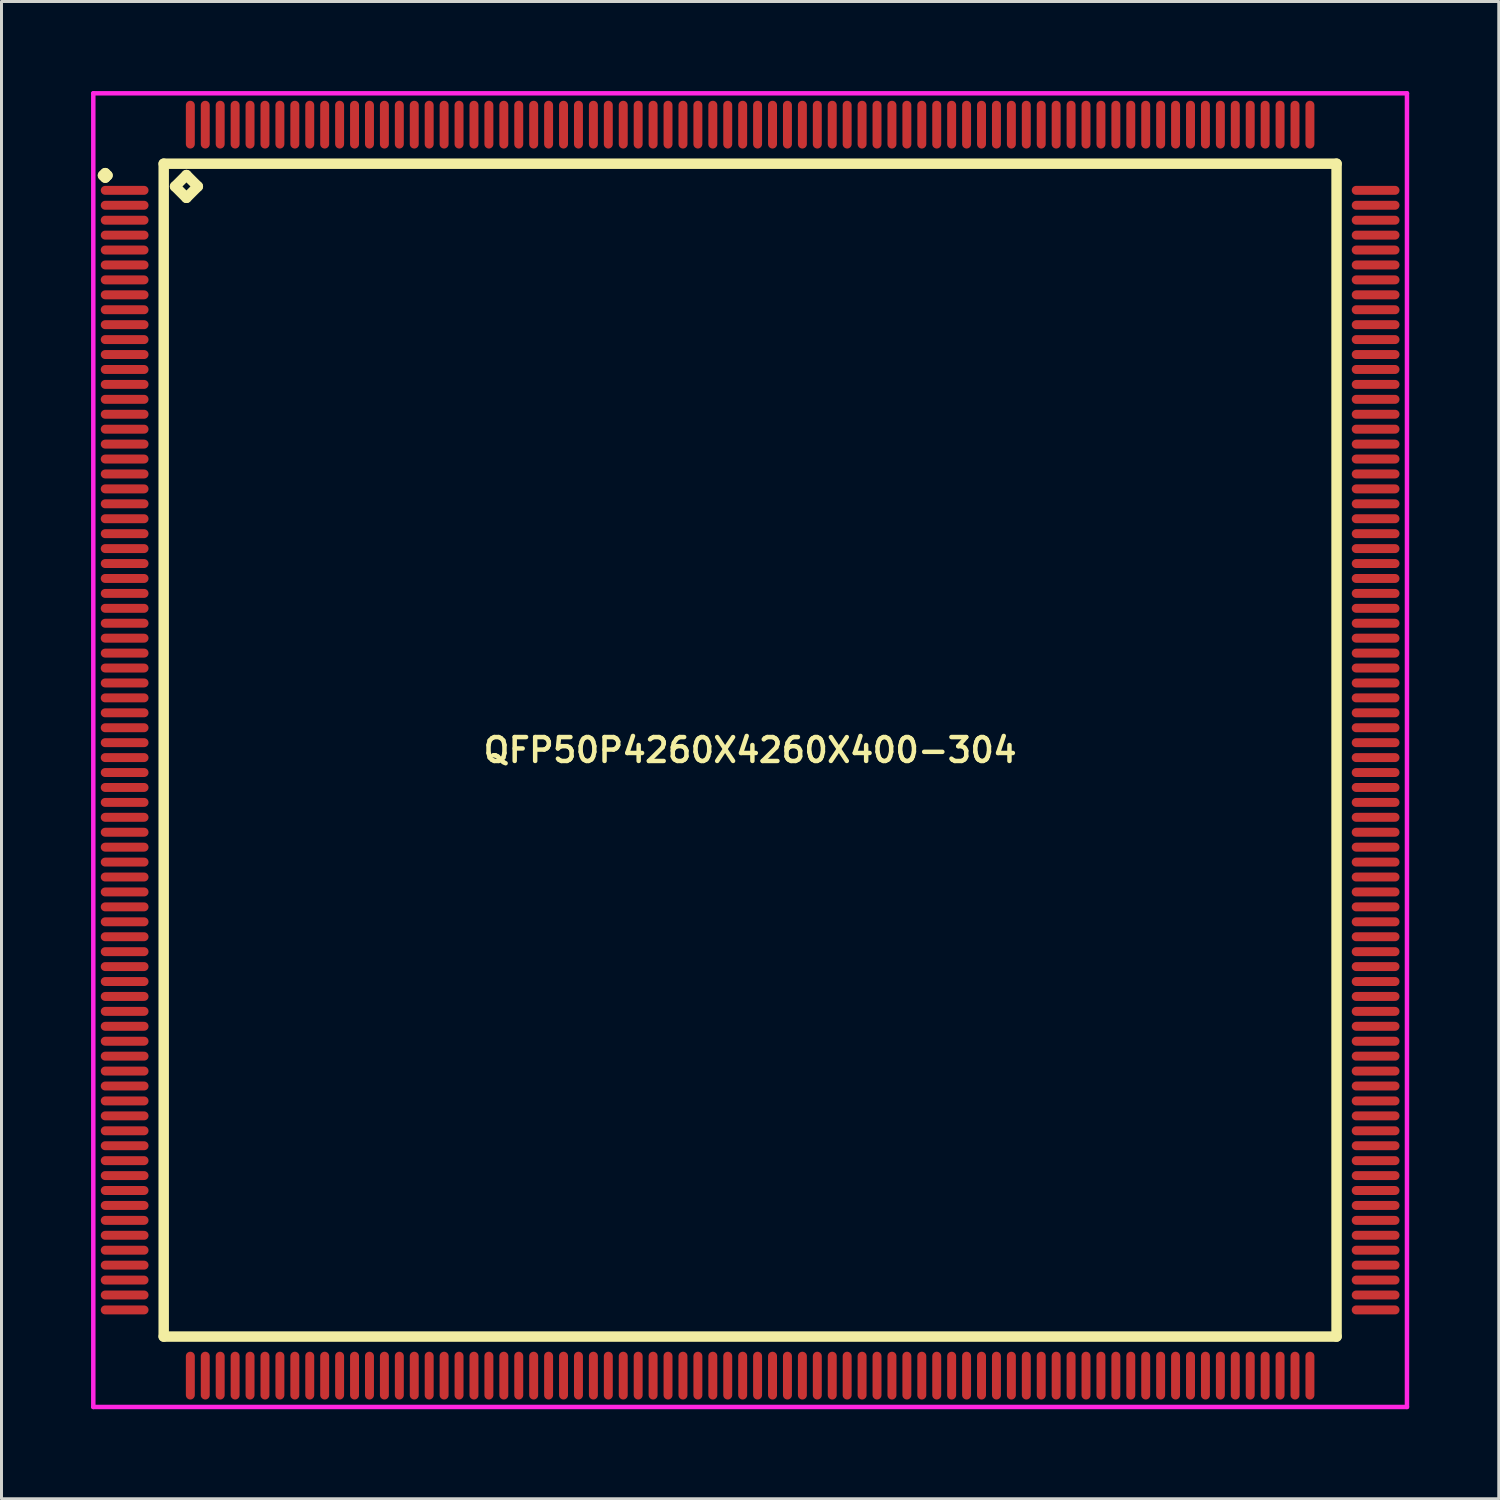
<source format=kicad_pcb>
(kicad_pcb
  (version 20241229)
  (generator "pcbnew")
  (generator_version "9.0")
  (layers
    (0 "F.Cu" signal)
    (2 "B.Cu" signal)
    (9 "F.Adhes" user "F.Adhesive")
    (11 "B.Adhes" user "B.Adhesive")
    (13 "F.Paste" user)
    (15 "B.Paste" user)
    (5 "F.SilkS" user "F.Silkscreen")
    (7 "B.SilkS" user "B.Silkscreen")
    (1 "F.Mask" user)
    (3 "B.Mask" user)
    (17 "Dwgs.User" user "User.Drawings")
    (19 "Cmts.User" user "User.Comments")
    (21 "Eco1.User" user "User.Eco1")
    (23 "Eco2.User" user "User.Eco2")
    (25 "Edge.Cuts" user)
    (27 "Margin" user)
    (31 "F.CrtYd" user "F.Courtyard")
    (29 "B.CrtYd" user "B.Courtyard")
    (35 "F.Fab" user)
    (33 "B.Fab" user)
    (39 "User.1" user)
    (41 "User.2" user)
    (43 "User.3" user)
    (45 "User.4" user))
  (footprint "QFP50P4260X4260X400-304"
    (layer "F.Cu")
    (at 22.075 22.075)
    (property "Reference" "QFP50P4260X4260X400-304" (at 0 0 0) (layer "F.SilkS") (effects (font (size 0.8 0.8) (thickness 0.15))))
    (attr smd)
    (fp_line (start -21.675 -19.25) (end -21.6 -19.325) (stroke (width 0.35) (type solid)) (layer "F.SilkS"))
    (fp_line (start -21.6 -19.325) (end -21.525 -19.25) (stroke (width 0.35) (type solid)) (layer "F.SilkS"))
    (fp_line (start -21.6 -19.175) (end -21.675 -19.25) (stroke (width 0.35) (type solid)) (layer "F.SilkS"))
    (fp_line (start -21.525 -19.25) (end -21.6 -19.175) (stroke (width 0.35) (type solid)) (layer "F.SilkS"))
    (fp_line (start -19.642 -19.642) (end -19.642 19.642) (stroke (width 0.35) (type solid)) (layer "F.SilkS"))
    (fp_line (start -19.642 19.642) (end 19.642 19.642) (stroke (width 0.35) (type solid)) (layer "F.SilkS"))
    (fp_line (start -19.261 -18.88) (end -18.88 -19.261) (stroke (width 0.35) (type solid)) (layer "F.SilkS"))
    (fp_line (start -18.88 -19.261) (end -18.499 -18.88) (stroke (width 0.35) (type solid)) (layer "F.SilkS"))
    (fp_line (start -18.88 -18.499) (end -19.261 -18.88) (stroke (width 0.35) (type solid)) (layer "F.SilkS"))
    (fp_line (start -18.499 -18.88) (end -18.88 -18.499) (stroke (width 0.35) (type solid)) (layer "F.SilkS"))
    (fp_line (start 19.642 -19.642) (end -19.642 -19.642) (stroke (width 0.35) (type solid)) (layer "F.SilkS"))
    (fp_line (start 19.642 19.642) (end 19.642 -19.642) (stroke (width 0.35) (type solid)) (layer "F.SilkS"))
    (fp_line (start -22 -22) (end 22 -22) (stroke (width 0.15) (type solid)) (layer "F.CrtYd"))
    (fp_line (start -22 22) (end -22 -22) (stroke (width 0.15) (type solid)) (layer "F.CrtYd"))
    (fp_line (start 22 -22) (end 22 22) (stroke (width 0.15) (type solid)) (layer "F.CrtYd"))
    (fp_line (start 22 22) (end -22 22) (stroke (width 0.15) (type solid)) (layer "F.CrtYd"))
    (pad "1" smd oval (at -20.95 -18.75) (size 1.6 0.3) (layers "F.Cu" "F.Mask" "F.Paste"))
    (pad "2" smd oval (at -20.95 -18.25) (size 1.6 0.3) (layers "F.Cu" "F.Mask" "F.Paste"))
    (pad "3" smd oval (at -20.95 -17.75) (size 1.6 0.3) (layers "F.Cu" "F.Mask" "F.Paste"))
    (pad "4" smd oval (at -20.95 -17.25) (size 1.6 0.3) (layers "F.Cu" "F.Mask" "F.Paste"))
    (pad "5" smd oval (at -20.95 -16.75) (size 1.6 0.3) (layers "F.Cu" "F.Mask" "F.Paste"))
    (pad "6" smd oval (at -20.95 -16.25) (size 1.6 0.3) (layers "F.Cu" "F.Mask" "F.Paste"))
    (pad "7" smd oval (at -20.95 -15.75) (size 1.6 0.3) (layers "F.Cu" "F.Mask" "F.Paste"))
    (pad "8" smd oval (at -20.95 -15.25) (size 1.6 0.3) (layers "F.Cu" "F.Mask" "F.Paste"))
    (pad "9" smd oval (at -20.95 -14.75) (size 1.6 0.3) (layers "F.Cu" "F.Mask" "F.Paste"))
    (pad "10" smd oval (at -20.95 -14.25) (size 1.6 0.3) (layers "F.Cu" "F.Mask" "F.Paste"))
    (pad "11" smd oval (at -20.95 -13.75) (size 1.6 0.3) (layers "F.Cu" "F.Mask" "F.Paste"))
    (pad "12" smd oval (at -20.95 -13.25) (size 1.6 0.3) (layers "F.Cu" "F.Mask" "F.Paste"))
    (pad "13" smd oval (at -20.95 -12.75) (size 1.6 0.3) (layers "F.Cu" "F.Mask" "F.Paste"))
    (pad "14" smd oval (at -20.95 -12.25) (size 1.6 0.3) (layers "F.Cu" "F.Mask" "F.Paste"))
    (pad "15" smd oval (at -20.95 -11.75) (size 1.6 0.3) (layers "F.Cu" "F.Mask" "F.Paste"))
    (pad "16" smd oval (at -20.95 -11.25) (size 1.6 0.3) (layers "F.Cu" "F.Mask" "F.Paste"))
    (pad "17" smd oval (at -20.95 -10.75) (size 1.6 0.3) (layers "F.Cu" "F.Mask" "F.Paste"))
    (pad "18" smd oval (at -20.95 -10.25) (size 1.6 0.3) (layers "F.Cu" "F.Mask" "F.Paste"))
    (pad "19" smd oval (at -20.95 -9.75) (size 1.6 0.3) (layers "F.Cu" "F.Mask" "F.Paste"))
    (pad "20" smd oval (at -20.95 -9.25) (size 1.6 0.3) (layers "F.Cu" "F.Mask" "F.Paste"))
    (pad "21" smd oval (at -20.95 -8.75) (size 1.6 0.3) (layers "F.Cu" "F.Mask" "F.Paste"))
    (pad "22" smd oval (at -20.95 -8.25) (size 1.6 0.3) (layers "F.Cu" "F.Mask" "F.Paste"))
    (pad "23" smd oval (at -20.95 -7.75) (size 1.6 0.3) (layers "F.Cu" "F.Mask" "F.Paste"))
    (pad "24" smd oval (at -20.95 -7.25) (size 1.6 0.3) (layers "F.Cu" "F.Mask" "F.Paste"))
    (pad "25" smd oval (at -20.95 -6.75) (size 1.6 0.3) (layers "F.Cu" "F.Mask" "F.Paste"))
    (pad "26" smd oval (at -20.95 -6.25) (size 1.6 0.3) (layers "F.Cu" "F.Mask" "F.Paste"))
    (pad "27" smd oval (at -20.95 -5.75) (size 1.6 0.3) (layers "F.Cu" "F.Mask" "F.Paste"))
    (pad "28" smd oval (at -20.95 -5.25) (size 1.6 0.3) (layers "F.Cu" "F.Mask" "F.Paste"))
    (pad "29" smd oval (at -20.95 -4.75) (size 1.6 0.3) (layers "F.Cu" "F.Mask" "F.Paste"))
    (pad "30" smd oval (at -20.95 -4.25) (size 1.6 0.3) (layers "F.Cu" "F.Mask" "F.Paste"))
    (pad "31" smd oval (at -20.95 -3.75) (size 1.6 0.3) (layers "F.Cu" "F.Mask" "F.Paste"))
    (pad "32" smd oval (at -20.95 -3.25) (size 1.6 0.3) (layers "F.Cu" "F.Mask" "F.Paste"))
    (pad "33" smd oval (at -20.95 -2.75) (size 1.6 0.3) (layers "F.Cu" "F.Mask" "F.Paste"))
    (pad "34" smd oval (at -20.95 -2.25) (size 1.6 0.3) (layers "F.Cu" "F.Mask" "F.Paste"))
    (pad "35" smd oval (at -20.95 -1.75) (size 1.6 0.3) (layers "F.Cu" "F.Mask" "F.Paste"))
    (pad "36" smd oval (at -20.95 -1.25) (size 1.6 0.3) (layers "F.Cu" "F.Mask" "F.Paste"))
    (pad "37" smd oval (at -20.95 -0.75) (size 1.6 0.3) (layers "F.Cu" "F.Mask" "F.Paste"))
    (pad "38" smd oval (at -20.95 -0.25) (size 1.6 0.3) (layers "F.Cu" "F.Mask" "F.Paste"))
    (pad "39" smd oval (at -20.95 0.25) (size 1.6 0.3) (layers "F.Cu" "F.Mask" "F.Paste"))
    (pad "40" smd oval (at -20.95 0.75) (size 1.6 0.3) (layers "F.Cu" "F.Mask" "F.Paste"))
    (pad "41" smd oval (at -20.95 1.25) (size 1.6 0.3) (layers "F.Cu" "F.Mask" "F.Paste"))
    (pad "42" smd oval (at -20.95 1.75) (size 1.6 0.3) (layers "F.Cu" "F.Mask" "F.Paste"))
    (pad "43" smd oval (at -20.95 2.25) (size 1.6 0.3) (layers "F.Cu" "F.Mask" "F.Paste"))
    (pad "44" smd oval (at -20.95 2.75) (size 1.6 0.3) (layers "F.Cu" "F.Mask" "F.Paste"))
    (pad "45" smd oval (at -20.95 3.25) (size 1.6 0.3) (layers "F.Cu" "F.Mask" "F.Paste"))
    (pad "46" smd oval (at -20.95 3.75) (size 1.6 0.3) (layers "F.Cu" "F.Mask" "F.Paste"))
    (pad "47" smd oval (at -20.95 4.25) (size 1.6 0.3) (layers "F.Cu" "F.Mask" "F.Paste"))
    (pad "48" smd oval (at -20.95 4.75) (size 1.6 0.3) (layers "F.Cu" "F.Mask" "F.Paste"))
    (pad "49" smd oval (at -20.95 5.25) (size 1.6 0.3) (layers "F.Cu" "F.Mask" "F.Paste"))
    (pad "50" smd oval (at -20.95 5.75) (size 1.6 0.3) (layers "F.Cu" "F.Mask" "F.Paste"))
    (pad "51" smd oval (at -20.95 6.25) (size 1.6 0.3) (layers "F.Cu" "F.Mask" "F.Paste"))
    (pad "52" smd oval (at -20.95 6.75) (size 1.6 0.3) (layers "F.Cu" "F.Mask" "F.Paste"))
    (pad "53" smd oval (at -20.95 7.25) (size 1.6 0.3) (layers "F.Cu" "F.Mask" "F.Paste"))
    (pad "54" smd oval (at -20.95 7.75) (size 1.6 0.3) (layers "F.Cu" "F.Mask" "F.Paste"))
    (pad "55" smd oval (at -20.95 8.25) (size 1.6 0.3) (layers "F.Cu" "F.Mask" "F.Paste"))
    (pad "56" smd oval (at -20.95 8.75) (size 1.6 0.3) (layers "F.Cu" "F.Mask" "F.Paste"))
    (pad "57" smd oval (at -20.95 9.25) (size 1.6 0.3) (layers "F.Cu" "F.Mask" "F.Paste"))
    (pad "58" smd oval (at -20.95 9.75) (size 1.6 0.3) (layers "F.Cu" "F.Mask" "F.Paste"))
    (pad "59" smd oval (at -20.95 10.25) (size 1.6 0.3) (layers "F.Cu" "F.Mask" "F.Paste"))
    (pad "60" smd oval (at -20.95 10.75) (size 1.6 0.3) (layers "F.Cu" "F.Mask" "F.Paste"))
    (pad "61" smd oval (at -20.95 11.25) (size 1.6 0.3) (layers "F.Cu" "F.Mask" "F.Paste"))
    (pad "62" smd oval (at -20.95 11.75) (size 1.6 0.3) (layers "F.Cu" "F.Mask" "F.Paste"))
    (pad "63" smd oval (at -20.95 12.25) (size 1.6 0.3) (layers "F.Cu" "F.Mask" "F.Paste"))
    (pad "64" smd oval (at -20.95 12.75) (size 1.6 0.3) (layers "F.Cu" "F.Mask" "F.Paste"))
    (pad "65" smd oval (at -20.95 13.25) (size 1.6 0.3) (layers "F.Cu" "F.Mask" "F.Paste"))
    (pad "66" smd oval (at -20.95 13.75) (size 1.6 0.3) (layers "F.Cu" "F.Mask" "F.Paste"))
    (pad "67" smd oval (at -20.95 14.25) (size 1.6 0.3) (layers "F.Cu" "F.Mask" "F.Paste"))
    (pad "68" smd oval (at -20.95 14.75) (size 1.6 0.3) (layers "F.Cu" "F.Mask" "F.Paste"))
    (pad "69" smd oval (at -20.95 15.25) (size 1.6 0.3) (layers "F.Cu" "F.Mask" "F.Paste"))
    (pad "70" smd oval (at -20.95 15.75) (size 1.6 0.3) (layers "F.Cu" "F.Mask" "F.Paste"))
    (pad "71" smd oval (at -20.95 16.25) (size 1.6 0.3) (layers "F.Cu" "F.Mask" "F.Paste"))
    (pad "72" smd oval (at -20.95 16.75) (size 1.6 0.3) (layers "F.Cu" "F.Mask" "F.Paste"))
    (pad "73" smd oval (at -20.95 17.25) (size 1.6 0.3) (layers "F.Cu" "F.Mask" "F.Paste"))
    (pad "74" smd oval (at -20.95 17.75) (size 1.6 0.3) (layers "F.Cu" "F.Mask" "F.Paste"))
    (pad "75" smd oval (at -20.95 18.25) (size 1.6 0.3) (layers "F.Cu" "F.Mask" "F.Paste"))
    (pad "76" smd oval (at -20.95 18.75) (size 1.6 0.3) (layers "F.Cu" "F.Mask" "F.Paste"))
    (pad "77" smd oval (at -18.75 20.95) (size 0.3 1.6) (layers "F.Cu" "F.Mask" "F.Paste"))
    (pad "78" smd oval (at -18.25 20.95) (size 0.3 1.6) (layers "F.Cu" "F.Mask" "F.Paste"))
    (pad "79" smd oval (at -17.75 20.95) (size 0.3 1.6) (layers "F.Cu" "F.Mask" "F.Paste"))
    (pad "80" smd oval (at -17.25 20.95) (size 0.3 1.6) (layers "F.Cu" "F.Mask" "F.Paste"))
    (pad "81" smd oval (at -16.75 20.95) (size 0.3 1.6) (layers "F.Cu" "F.Mask" "F.Paste"))
    (pad "82" smd oval (at -16.25 20.95) (size 0.3 1.6) (layers "F.Cu" "F.Mask" "F.Paste"))
    (pad "83" smd oval (at -15.75 20.95) (size 0.3 1.6) (layers "F.Cu" "F.Mask" "F.Paste"))
    (pad "84" smd oval (at -15.25 20.95) (size 0.3 1.6) (layers "F.Cu" "F.Mask" "F.Paste"))
    (pad "85" smd oval (at -14.75 20.95) (size 0.3 1.6) (layers "F.Cu" "F.Mask" "F.Paste"))
    (pad "86" smd oval (at -14.25 20.95) (size 0.3 1.6) (layers "F.Cu" "F.Mask" "F.Paste"))
    (pad "87" smd oval (at -13.75 20.95) (size 0.3 1.6) (layers "F.Cu" "F.Mask" "F.Paste"))
    (pad "88" smd oval (at -13.25 20.95) (size 0.3 1.6) (layers "F.Cu" "F.Mask" "F.Paste"))
    (pad "89" smd oval (at -12.75 20.95) (size 0.3 1.6) (layers "F.Cu" "F.Mask" "F.Paste"))
    (pad "90" smd oval (at -12.25 20.95) (size 0.3 1.6) (layers "F.Cu" "F.Mask" "F.Paste"))
    (pad "91" smd oval (at -11.75 20.95) (size 0.3 1.6) (layers "F.Cu" "F.Mask" "F.Paste"))
    (pad "92" smd oval (at -11.25 20.95) (size 0.3 1.6) (layers "F.Cu" "F.Mask" "F.Paste"))
    (pad "93" smd oval (at -10.75 20.95) (size 0.3 1.6) (layers "F.Cu" "F.Mask" "F.Paste"))
    (pad "94" smd oval (at -10.25 20.95) (size 0.3 1.6) (layers "F.Cu" "F.Mask" "F.Paste"))
    (pad "95" smd oval (at -9.75 20.95) (size 0.3 1.6) (layers "F.Cu" "F.Mask" "F.Paste"))
    (pad "96" smd oval (at -9.25 20.95) (size 0.3 1.6) (layers "F.Cu" "F.Mask" "F.Paste"))
    (pad "97" smd oval (at -8.75 20.95) (size 0.3 1.6) (layers "F.Cu" "F.Mask" "F.Paste"))
    (pad "98" smd oval (at -8.25 20.95) (size 0.3 1.6) (layers "F.Cu" "F.Mask" "F.Paste"))
    (pad "99" smd oval (at -7.75 20.95) (size 0.3 1.6) (layers "F.Cu" "F.Mask" "F.Paste"))
    (pad "100" smd oval (at -7.25 20.95) (size 0.3 1.6) (layers "F.Cu" "F.Mask" "F.Paste"))
    (pad "101" smd oval (at -6.75 20.95) (size 0.3 1.6) (layers "F.Cu" "F.Mask" "F.Paste"))
    (pad "102" smd oval (at -6.25 20.95) (size 0.3 1.6) (layers "F.Cu" "F.Mask" "F.Paste"))
    (pad "103" smd oval (at -5.75 20.95) (size 0.3 1.6) (layers "F.Cu" "F.Mask" "F.Paste"))
    (pad "104" smd oval (at -5.25 20.95) (size 0.3 1.6) (layers "F.Cu" "F.Mask" "F.Paste"))
    (pad "105" smd oval (at -4.75 20.95) (size 0.3 1.6) (layers "F.Cu" "F.Mask" "F.Paste"))
    (pad "106" smd oval (at -4.25 20.95) (size 0.3 1.6) (layers "F.Cu" "F.Mask" "F.Paste"))
    (pad "107" smd oval (at -3.75 20.95) (size 0.3 1.6) (layers "F.Cu" "F.Mask" "F.Paste"))
    (pad "108" smd oval (at -3.25 20.95) (size 0.3 1.6) (layers "F.Cu" "F.Mask" "F.Paste"))
    (pad "109" smd oval (at -2.75 20.95) (size 0.3 1.6) (layers "F.Cu" "F.Mask" "F.Paste"))
    (pad "110" smd oval (at -2.25 20.95) (size 0.3 1.6) (layers "F.Cu" "F.Mask" "F.Paste"))
    (pad "111" smd oval (at -1.75 20.95) (size 0.3 1.6) (layers "F.Cu" "F.Mask" "F.Paste"))
    (pad "112" smd oval (at -1.25 20.95) (size 0.3 1.6) (layers "F.Cu" "F.Mask" "F.Paste"))
    (pad "113" smd oval (at -0.75 20.95) (size 0.3 1.6) (layers "F.Cu" "F.Mask" "F.Paste"))
    (pad "114" smd oval (at -0.25 20.95) (size 0.3 1.6) (layers "F.Cu" "F.Mask" "F.Paste"))
    (pad "115" smd oval (at 0.25 20.95) (size 0.3 1.6) (layers "F.Cu" "F.Mask" "F.Paste"))
    (pad "116" smd oval (at 0.75 20.95) (size 0.3 1.6) (layers "F.Cu" "F.Mask" "F.Paste"))
    (pad "117" smd oval (at 1.25 20.95) (size 0.3 1.6) (layers "F.Cu" "F.Mask" "F.Paste"))
    (pad "118" smd oval (at 1.75 20.95) (size 0.3 1.6) (layers "F.Cu" "F.Mask" "F.Paste"))
    (pad "119" smd oval (at 2.25 20.95) (size 0.3 1.6) (layers "F.Cu" "F.Mask" "F.Paste"))
    (pad "120" smd oval (at 2.75 20.95) (size 0.3 1.6) (layers "F.Cu" "F.Mask" "F.Paste"))
    (pad "121" smd oval (at 3.25 20.95) (size 0.3 1.6) (layers "F.Cu" "F.Mask" "F.Paste"))
    (pad "122" smd oval (at 3.75 20.95) (size 0.3 1.6) (layers "F.Cu" "F.Mask" "F.Paste"))
    (pad "123" smd oval (at 4.25 20.95) (size 0.3 1.6) (layers "F.Cu" "F.Mask" "F.Paste"))
    (pad "124" smd oval (at 4.75 20.95) (size 0.3 1.6) (layers "F.Cu" "F.Mask" "F.Paste"))
    (pad "125" smd oval (at 5.25 20.95) (size 0.3 1.6) (layers "F.Cu" "F.Mask" "F.Paste"))
    (pad "126" smd oval (at 5.75 20.95) (size 0.3 1.6) (layers "F.Cu" "F.Mask" "F.Paste"))
    (pad "127" smd oval (at 6.25 20.95) (size 0.3 1.6) (layers "F.Cu" "F.Mask" "F.Paste"))
    (pad "128" smd oval (at 6.75 20.95) (size 0.3 1.6) (layers "F.Cu" "F.Mask" "F.Paste"))
    (pad "129" smd oval (at 7.25 20.95) (size 0.3 1.6) (layers "F.Cu" "F.Mask" "F.Paste"))
    (pad "130" smd oval (at 7.75 20.95) (size 0.3 1.6) (layers "F.Cu" "F.Mask" "F.Paste"))
    (pad "131" smd oval (at 8.25 20.95) (size 0.3 1.6) (layers "F.Cu" "F.Mask" "F.Paste"))
    (pad "132" smd oval (at 8.75 20.95) (size 0.3 1.6) (layers "F.Cu" "F.Mask" "F.Paste"))
    (pad "133" smd oval (at 9.25 20.95) (size 0.3 1.6) (layers "F.Cu" "F.Mask" "F.Paste"))
    (pad "134" smd oval (at 9.75 20.95) (size 0.3 1.6) (layers "F.Cu" "F.Mask" "F.Paste"))
    (pad "135" smd oval (at 10.25 20.95) (size 0.3 1.6) (layers "F.Cu" "F.Mask" "F.Paste"))
    (pad "136" smd oval (at 10.75 20.95) (size 0.3 1.6) (layers "F.Cu" "F.Mask" "F.Paste"))
    (pad "137" smd oval (at 11.25 20.95) (size 0.3 1.6) (layers "F.Cu" "F.Mask" "F.Paste"))
    (pad "138" smd oval (at 11.75 20.95) (size 0.3 1.6) (layers "F.Cu" "F.Mask" "F.Paste"))
    (pad "139" smd oval (at 12.25 20.95) (size 0.3 1.6) (layers "F.Cu" "F.Mask" "F.Paste"))
    (pad "140" smd oval (at 12.75 20.95) (size 0.3 1.6) (layers "F.Cu" "F.Mask" "F.Paste"))
    (pad "141" smd oval (at 13.25 20.95) (size 0.3 1.6) (layers "F.Cu" "F.Mask" "F.Paste"))
    (pad "142" smd oval (at 13.75 20.95) (size 0.3 1.6) (layers "F.Cu" "F.Mask" "F.Paste"))
    (pad "143" smd oval (at 14.25 20.95) (size 0.3 1.6) (layers "F.Cu" "F.Mask" "F.Paste"))
    (pad "144" smd oval (at 14.75 20.95) (size 0.3 1.6) (layers "F.Cu" "F.Mask" "F.Paste"))
    (pad "145" smd oval (at 15.25 20.95) (size 0.3 1.6) (layers "F.Cu" "F.Mask" "F.Paste"))
    (pad "146" smd oval (at 15.75 20.95) (size 0.3 1.6) (layers "F.Cu" "F.Mask" "F.Paste"))
    (pad "147" smd oval (at 16.25 20.95) (size 0.3 1.6) (layers "F.Cu" "F.Mask" "F.Paste"))
    (pad "148" smd oval (at 16.75 20.95) (size 0.3 1.6) (layers "F.Cu" "F.Mask" "F.Paste"))
    (pad "149" smd oval (at 17.25 20.95) (size 0.3 1.6) (layers "F.Cu" "F.Mask" "F.Paste"))
    (pad "150" smd oval (at 17.75 20.95) (size 0.3 1.6) (layers "F.Cu" "F.Mask" "F.Paste"))
    (pad "151" smd oval (at 18.25 20.95) (size 0.3 1.6) (layers "F.Cu" "F.Mask" "F.Paste"))
    (pad "152" smd oval (at 18.75 20.95) (size 0.3 1.6) (layers "F.Cu" "F.Mask" "F.Paste"))
    (pad "153" smd oval (at 20.95 18.75) (size 1.6 0.3) (layers "F.Cu" "F.Mask" "F.Paste"))
    (pad "154" smd oval (at 20.95 18.25) (size 1.6 0.3) (layers "F.Cu" "F.Mask" "F.Paste"))
    (pad "155" smd oval (at 20.95 17.75) (size 1.6 0.3) (layers "F.Cu" "F.Mask" "F.Paste"))
    (pad "156" smd oval (at 20.95 17.25) (size 1.6 0.3) (layers "F.Cu" "F.Mask" "F.Paste"))
    (pad "157" smd oval (at 20.95 16.75) (size 1.6 0.3) (layers "F.Cu" "F.Mask" "F.Paste"))
    (pad "158" smd oval (at 20.95 16.25) (size 1.6 0.3) (layers "F.Cu" "F.Mask" "F.Paste"))
    (pad "159" smd oval (at 20.95 15.75) (size 1.6 0.3) (layers "F.Cu" "F.Mask" "F.Paste"))
    (pad "160" smd oval (at 20.95 15.25) (size 1.6 0.3) (layers "F.Cu" "F.Mask" "F.Paste"))
    (pad "161" smd oval (at 20.95 14.75) (size 1.6 0.3) (layers "F.Cu" "F.Mask" "F.Paste"))
    (pad "162" smd oval (at 20.95 14.25) (size 1.6 0.3) (layers "F.Cu" "F.Mask" "F.Paste"))
    (pad "163" smd oval (at 20.95 13.75) (size 1.6 0.3) (layers "F.Cu" "F.Mask" "F.Paste"))
    (pad "164" smd oval (at 20.95 13.25) (size 1.6 0.3) (layers "F.Cu" "F.Mask" "F.Paste"))
    (pad "165" smd oval (at 20.95 12.75) (size 1.6 0.3) (layers "F.Cu" "F.Mask" "F.Paste"))
    (pad "166" smd oval (at 20.95 12.25) (size 1.6 0.3) (layers "F.Cu" "F.Mask" "F.Paste"))
    (pad "167" smd oval (at 20.95 11.75) (size 1.6 0.3) (layers "F.Cu" "F.Mask" "F.Paste"))
    (pad "168" smd oval (at 20.95 11.25) (size 1.6 0.3) (layers "F.Cu" "F.Mask" "F.Paste"))
    (pad "169" smd oval (at 20.95 10.75) (size 1.6 0.3) (layers "F.Cu" "F.Mask" "F.Paste"))
    (pad "170" smd oval (at 20.95 10.25) (size 1.6 0.3) (layers "F.Cu" "F.Mask" "F.Paste"))
    (pad "171" smd oval (at 20.95 9.75) (size 1.6 0.3) (layers "F.Cu" "F.Mask" "F.Paste"))
    (pad "172" smd oval (at 20.95 9.25) (size 1.6 0.3) (layers "F.Cu" "F.Mask" "F.Paste"))
    (pad "173" smd oval (at 20.95 8.75) (size 1.6 0.3) (layers "F.Cu" "F.Mask" "F.Paste"))
    (pad "174" smd oval (at 20.95 8.25) (size 1.6 0.3) (layers "F.Cu" "F.Mask" "F.Paste"))
    (pad "175" smd oval (at 20.95 7.75) (size 1.6 0.3) (layers "F.Cu" "F.Mask" "F.Paste"))
    (pad "176" smd oval (at 20.95 7.25) (size 1.6 0.3) (layers "F.Cu" "F.Mask" "F.Paste"))
    (pad "177" smd oval (at 20.95 6.75) (size 1.6 0.3) (layers "F.Cu" "F.Mask" "F.Paste"))
    (pad "178" smd oval (at 20.95 6.25) (size 1.6 0.3) (layers "F.Cu" "F.Mask" "F.Paste"))
    (pad "179" smd oval (at 20.95 5.75) (size 1.6 0.3) (layers "F.Cu" "F.Mask" "F.Paste"))
    (pad "180" smd oval (at 20.95 5.25) (size 1.6 0.3) (layers "F.Cu" "F.Mask" "F.Paste"))
    (pad "181" smd oval (at 20.95 4.75) (size 1.6 0.3) (layers "F.Cu" "F.Mask" "F.Paste"))
    (pad "182" smd oval (at 20.95 4.25) (size 1.6 0.3) (layers "F.Cu" "F.Mask" "F.Paste"))
    (pad "183" smd oval (at 20.95 3.75) (size 1.6 0.3) (layers "F.Cu" "F.Mask" "F.Paste"))
    (pad "184" smd oval (at 20.95 3.25) (size 1.6 0.3) (layers "F.Cu" "F.Mask" "F.Paste"))
    (pad "185" smd oval (at 20.95 2.75) (size 1.6 0.3) (layers "F.Cu" "F.Mask" "F.Paste"))
    (pad "186" smd oval (at 20.95 2.25) (size 1.6 0.3) (layers "F.Cu" "F.Mask" "F.Paste"))
    (pad "187" smd oval (at 20.95 1.75) (size 1.6 0.3) (layers "F.Cu" "F.Mask" "F.Paste"))
    (pad "188" smd oval (at 20.95 1.25) (size 1.6 0.3) (layers "F.Cu" "F.Mask" "F.Paste"))
    (pad "189" smd oval (at 20.95 0.75) (size 1.6 0.3) (layers "F.Cu" "F.Mask" "F.Paste"))
    (pad "190" smd oval (at 20.95 0.25) (size 1.6 0.3) (layers "F.Cu" "F.Mask" "F.Paste"))
    (pad "191" smd oval (at 20.95 -0.25) (size 1.6 0.3) (layers "F.Cu" "F.Mask" "F.Paste"))
    (pad "192" smd oval (at 20.95 -0.75) (size 1.6 0.3) (layers "F.Cu" "F.Mask" "F.Paste"))
    (pad "193" smd oval (at 20.95 -1.25) (size 1.6 0.3) (layers "F.Cu" "F.Mask" "F.Paste"))
    (pad "194" smd oval (at 20.95 -1.75) (size 1.6 0.3) (layers "F.Cu" "F.Mask" "F.Paste"))
    (pad "195" smd oval (at 20.95 -2.25) (size 1.6 0.3) (layers "F.Cu" "F.Mask" "F.Paste"))
    (pad "196" smd oval (at 20.95 -2.75) (size 1.6 0.3) (layers "F.Cu" "F.Mask" "F.Paste"))
    (pad "197" smd oval (at 20.95 -3.25) (size 1.6 0.3) (layers "F.Cu" "F.Mask" "F.Paste"))
    (pad "198" smd oval (at 20.95 -3.75) (size 1.6 0.3) (layers "F.Cu" "F.Mask" "F.Paste"))
    (pad "199" smd oval (at 20.95 -4.25) (size 1.6 0.3) (layers "F.Cu" "F.Mask" "F.Paste"))
    (pad "200" smd oval (at 20.95 -4.75) (size 1.6 0.3) (layers "F.Cu" "F.Mask" "F.Paste"))
    (pad "201" smd oval (at 20.95 -5.25) (size 1.6 0.3) (layers "F.Cu" "F.Mask" "F.Paste"))
    (pad "202" smd oval (at 20.95 -5.75) (size 1.6 0.3) (layers "F.Cu" "F.Mask" "F.Paste"))
    (pad "203" smd oval (at 20.95 -6.25) (size 1.6 0.3) (layers "F.Cu" "F.Mask" "F.Paste"))
    (pad "204" smd oval (at 20.95 -6.75) (size 1.6 0.3) (layers "F.Cu" "F.Mask" "F.Paste"))
    (pad "205" smd oval (at 20.95 -7.25) (size 1.6 0.3) (layers "F.Cu" "F.Mask" "F.Paste"))
    (pad "206" smd oval (at 20.95 -7.75) (size 1.6 0.3) (layers "F.Cu" "F.Mask" "F.Paste"))
    (pad "207" smd oval (at 20.95 -8.25) (size 1.6 0.3) (layers "F.Cu" "F.Mask" "F.Paste"))
    (pad "208" smd oval (at 20.95 -8.75) (size 1.6 0.3) (layers "F.Cu" "F.Mask" "F.Paste"))
    (pad "209" smd oval (at 20.95 -9.25) (size 1.6 0.3) (layers "F.Cu" "F.Mask" "F.Paste"))
    (pad "210" smd oval (at 20.95 -9.75) (size 1.6 0.3) (layers "F.Cu" "F.Mask" "F.Paste"))
    (pad "211" smd oval (at 20.95 -10.25) (size 1.6 0.3) (layers "F.Cu" "F.Mask" "F.Paste"))
    (pad "212" smd oval (at 20.95 -10.75) (size 1.6 0.3) (layers "F.Cu" "F.Mask" "F.Paste"))
    (pad "213" smd oval (at 20.95 -11.25) (size 1.6 0.3) (layers "F.Cu" "F.Mask" "F.Paste"))
    (pad "214" smd oval (at 20.95 -11.75) (size 1.6 0.3) (layers "F.Cu" "F.Mask" "F.Paste"))
    (pad "215" smd oval (at 20.95 -12.25) (size 1.6 0.3) (layers "F.Cu" "F.Mask" "F.Paste"))
    (pad "216" smd oval (at 20.95 -12.75) (size 1.6 0.3) (layers "F.Cu" "F.Mask" "F.Paste"))
    (pad "217" smd oval (at 20.95 -13.25) (size 1.6 0.3) (layers "F.Cu" "F.Mask" "F.Paste"))
    (pad "218" smd oval (at 20.95 -13.75) (size 1.6 0.3) (layers "F.Cu" "F.Mask" "F.Paste"))
    (pad "219" smd oval (at 20.95 -14.25) (size 1.6 0.3) (layers "F.Cu" "F.Mask" "F.Paste"))
    (pad "220" smd oval (at 20.95 -14.75) (size 1.6 0.3) (layers "F.Cu" "F.Mask" "F.Paste"))
    (pad "221" smd oval (at 20.95 -15.25) (size 1.6 0.3) (layers "F.Cu" "F.Mask" "F.Paste"))
    (pad "222" smd oval (at 20.95 -15.75) (size 1.6 0.3) (layers "F.Cu" "F.Mask" "F.Paste"))
    (pad "223" smd oval (at 20.95 -16.25) (size 1.6 0.3) (layers "F.Cu" "F.Mask" "F.Paste"))
    (pad "224" smd oval (at 20.95 -16.75) (size 1.6 0.3) (layers "F.Cu" "F.Mask" "F.Paste"))
    (pad "225" smd oval (at 20.95 -17.25) (size 1.6 0.3) (layers "F.Cu" "F.Mask" "F.Paste"))
    (pad "226" smd oval (at 20.95 -17.75) (size 1.6 0.3) (layers "F.Cu" "F.Mask" "F.Paste"))
    (pad "227" smd oval (at 20.95 -18.25) (size 1.6 0.3) (layers "F.Cu" "F.Mask" "F.Paste"))
    (pad "228" smd oval (at 20.95 -18.75) (size 1.6 0.3) (layers "F.Cu" "F.Mask" "F.Paste"))
    (pad "229" smd oval (at 18.75 -20.95) (size 0.3 1.6) (layers "F.Cu" "F.Mask" "F.Paste"))
    (pad "230" smd oval (at 18.25 -20.95) (size 0.3 1.6) (layers "F.Cu" "F.Mask" "F.Paste"))
    (pad "231" smd oval (at 17.75 -20.95) (size 0.3 1.6) (layers "F.Cu" "F.Mask" "F.Paste"))
    (pad "232" smd oval (at 17.25 -20.95) (size 0.3 1.6) (layers "F.Cu" "F.Mask" "F.Paste"))
    (pad "233" smd oval (at 16.75 -20.95) (size 0.3 1.6) (layers "F.Cu" "F.Mask" "F.Paste"))
    (pad "234" smd oval (at 16.25 -20.95) (size 0.3 1.6) (layers "F.Cu" "F.Mask" "F.Paste"))
    (pad "235" smd oval (at 15.75 -20.95) (size 0.3 1.6) (layers "F.Cu" "F.Mask" "F.Paste"))
    (pad "236" smd oval (at 15.25 -20.95) (size 0.3 1.6) (layers "F.Cu" "F.Mask" "F.Paste"))
    (pad "237" smd oval (at 14.75 -20.95) (size 0.3 1.6) (layers "F.Cu" "F.Mask" "F.Paste"))
    (pad "238" smd oval (at 14.25 -20.95) (size 0.3 1.6) (layers "F.Cu" "F.Mask" "F.Paste"))
    (pad "239" smd oval (at 13.75 -20.95) (size 0.3 1.6) (layers "F.Cu" "F.Mask" "F.Paste"))
    (pad "240" smd oval (at 13.25 -20.95) (size 0.3 1.6) (layers "F.Cu" "F.Mask" "F.Paste"))
    (pad "241" smd oval (at 12.75 -20.95) (size 0.3 1.6) (layers "F.Cu" "F.Mask" "F.Paste"))
    (pad "242" smd oval (at 12.25 -20.95) (size 0.3 1.6) (layers "F.Cu" "F.Mask" "F.Paste"))
    (pad "243" smd oval (at 11.75 -20.95) (size 0.3 1.6) (layers "F.Cu" "F.Mask" "F.Paste"))
    (pad "244" smd oval (at 11.25 -20.95) (size 0.3 1.6) (layers "F.Cu" "F.Mask" "F.Paste"))
    (pad "245" smd oval (at 10.75 -20.95) (size 0.3 1.6) (layers "F.Cu" "F.Mask" "F.Paste"))
    (pad "246" smd oval (at 10.25 -20.95) (size 0.3 1.6) (layers "F.Cu" "F.Mask" "F.Paste"))
    (pad "247" smd oval (at 9.75 -20.95) (size 0.3 1.6) (layers "F.Cu" "F.Mask" "F.Paste"))
    (pad "248" smd oval (at 9.25 -20.95) (size 0.3 1.6) (layers "F.Cu" "F.Mask" "F.Paste"))
    (pad "249" smd oval (at 8.75 -20.95) (size 0.3 1.6) (layers "F.Cu" "F.Mask" "F.Paste"))
    (pad "250" smd oval (at 8.25 -20.95) (size 0.3 1.6) (layers "F.Cu" "F.Mask" "F.Paste"))
    (pad "251" smd oval (at 7.75 -20.95) (size 0.3 1.6) (layers "F.Cu" "F.Mask" "F.Paste"))
    (pad "252" smd oval (at 7.25 -20.95) (size 0.3 1.6) (layers "F.Cu" "F.Mask" "F.Paste"))
    (pad "253" smd oval (at 6.75 -20.95) (size 0.3 1.6) (layers "F.Cu" "F.Mask" "F.Paste"))
    (pad "254" smd oval (at 6.25 -20.95) (size 0.3 1.6) (layers "F.Cu" "F.Mask" "F.Paste"))
    (pad "255" smd oval (at 5.75 -20.95) (size 0.3 1.6) (layers "F.Cu" "F.Mask" "F.Paste"))
    (pad "256" smd oval (at 5.25 -20.95) (size 0.3 1.6) (layers "F.Cu" "F.Mask" "F.Paste"))
    (pad "257" smd oval (at 4.75 -20.95) (size 0.3 1.6) (layers "F.Cu" "F.Mask" "F.Paste"))
    (pad "258" smd oval (at 4.25 -20.95) (size 0.3 1.6) (layers "F.Cu" "F.Mask" "F.Paste"))
    (pad "259" smd oval (at 3.75 -20.95) (size 0.3 1.6) (layers "F.Cu" "F.Mask" "F.Paste"))
    (pad "260" smd oval (at 3.25 -20.95) (size 0.3 1.6) (layers "F.Cu" "F.Mask" "F.Paste"))
    (pad "261" smd oval (at 2.75 -20.95) (size 0.3 1.6) (layers "F.Cu" "F.Mask" "F.Paste"))
    (pad "262" smd oval (at 2.25 -20.95) (size 0.3 1.6) (layers "F.Cu" "F.Mask" "F.Paste"))
    (pad "263" smd oval (at 1.75 -20.95) (size 0.3 1.6) (layers "F.Cu" "F.Mask" "F.Paste"))
    (pad "264" smd oval (at 1.25 -20.95) (size 0.3 1.6) (layers "F.Cu" "F.Mask" "F.Paste"))
    (pad "265" smd oval (at 0.75 -20.95) (size 0.3 1.6) (layers "F.Cu" "F.Mask" "F.Paste"))
    (pad "266" smd oval (at 0.25 -20.95) (size 0.3 1.6) (layers "F.Cu" "F.Mask" "F.Paste"))
    (pad "267" smd oval (at -0.25 -20.95) (size 0.3 1.6) (layers "F.Cu" "F.Mask" "F.Paste"))
    (pad "268" smd oval (at -0.75 -20.95) (size 0.3 1.6) (layers "F.Cu" "F.Mask" "F.Paste"))
    (pad "269" smd oval (at -1.25 -20.95) (size 0.3 1.6) (layers "F.Cu" "F.Mask" "F.Paste"))
    (pad "270" smd oval (at -1.75 -20.95) (size 0.3 1.6) (layers "F.Cu" "F.Mask" "F.Paste"))
    (pad "271" smd oval (at -2.25 -20.95) (size 0.3 1.6) (layers "F.Cu" "F.Mask" "F.Paste"))
    (pad "272" smd oval (at -2.75 -20.95) (size 0.3 1.6) (layers "F.Cu" "F.Mask" "F.Paste"))
    (pad "273" smd oval (at -3.25 -20.95) (size 0.3 1.6) (layers "F.Cu" "F.Mask" "F.Paste"))
    (pad "274" smd oval (at -3.75 -20.95) (size 0.3 1.6) (layers "F.Cu" "F.Mask" "F.Paste"))
    (pad "275" smd oval (at -4.25 -20.95) (size 0.3 1.6) (layers "F.Cu" "F.Mask" "F.Paste"))
    (pad "276" smd oval (at -4.75 -20.95) (size 0.3 1.6) (layers "F.Cu" "F.Mask" "F.Paste"))
    (pad "277" smd oval (at -5.25 -20.95) (size 0.3 1.6) (layers "F.Cu" "F.Mask" "F.Paste"))
    (pad "278" smd oval (at -5.75 -20.95) (size 0.3 1.6) (layers "F.Cu" "F.Mask" "F.Paste"))
    (pad "279" smd oval (at -6.25 -20.95) (size 0.3 1.6) (layers "F.Cu" "F.Mask" "F.Paste"))
    (pad "280" smd oval (at -6.75 -20.95) (size 0.3 1.6) (layers "F.Cu" "F.Mask" "F.Paste"))
    (pad "281" smd oval (at -7.25 -20.95) (size 0.3 1.6) (layers "F.Cu" "F.Mask" "F.Paste"))
    (pad "282" smd oval (at -7.75 -20.95) (size 0.3 1.6) (layers "F.Cu" "F.Mask" "F.Paste"))
    (pad "283" smd oval (at -8.25 -20.95) (size 0.3 1.6) (layers "F.Cu" "F.Mask" "F.Paste"))
    (pad "284" smd oval (at -8.75 -20.95) (size 0.3 1.6) (layers "F.Cu" "F.Mask" "F.Paste"))
    (pad "285" smd oval (at -9.25 -20.95) (size 0.3 1.6) (layers "F.Cu" "F.Mask" "F.Paste"))
    (pad "286" smd oval (at -9.75 -20.95) (size 0.3 1.6) (layers "F.Cu" "F.Mask" "F.Paste"))
    (pad "287" smd oval (at -10.25 -20.95) (size 0.3 1.6) (layers "F.Cu" "F.Mask" "F.Paste"))
    (pad "288" smd oval (at -10.75 -20.95) (size 0.3 1.6) (layers "F.Cu" "F.Mask" "F.Paste"))
    (pad "289" smd oval (at -11.25 -20.95) (size 0.3 1.6) (layers "F.Cu" "F.Mask" "F.Paste"))
    (pad "290" smd oval (at -11.75 -20.95) (size 0.3 1.6) (layers "F.Cu" "F.Mask" "F.Paste"))
    (pad "291" smd oval (at -12.25 -20.95) (size 0.3 1.6) (layers "F.Cu" "F.Mask" "F.Paste"))
    (pad "292" smd oval (at -12.75 -20.95) (size 0.3 1.6) (layers "F.Cu" "F.Mask" "F.Paste"))
    (pad "293" smd oval (at -13.25 -20.95) (size 0.3 1.6) (layers "F.Cu" "F.Mask" "F.Paste"))
    (pad "294" smd oval (at -13.75 -20.95) (size 0.3 1.6) (layers "F.Cu" "F.Mask" "F.Paste"))
    (pad "295" smd oval (at -14.25 -20.95) (size 0.3 1.6) (layers "F.Cu" "F.Mask" "F.Paste"))
    (pad "296" smd oval (at -14.75 -20.95) (size 0.3 1.6) (layers "F.Cu" "F.Mask" "F.Paste"))
    (pad "297" smd oval (at -15.25 -20.95) (size 0.3 1.6) (layers "F.Cu" "F.Mask" "F.Paste"))
    (pad "298" smd oval (at -15.75 -20.95) (size 0.3 1.6) (layers "F.Cu" "F.Mask" "F.Paste"))
    (pad "299" smd oval (at -16.25 -20.95) (size 0.3 1.6) (layers "F.Cu" "F.Mask" "F.Paste"))
    (pad "300" smd oval (at -16.75 -20.95) (size 0.3 1.6) (layers "F.Cu" "F.Mask" "F.Paste"))
    (pad "301" smd oval (at -17.25 -20.95) (size 0.3 1.6) (layers "F.Cu" "F.Mask" "F.Paste"))
    (pad "302" smd oval (at -17.75 -20.95) (size 0.3 1.6) (layers "F.Cu" "F.Mask" "F.Paste"))
    (pad "303" smd oval (at -18.25 -20.95) (size 0.3 1.6) (layers "F.Cu" "F.Mask" "F.Paste"))
    (pad "304" smd oval (at -18.75 -20.95) (size 0.3 1.6) (layers "F.Cu" "F.Mask" "F.Paste")))
  (gr_rect
    (start -3 -3)
    (end 47.15 47.15)
    (stroke (width 0.1) (type default))
    (fill no)
    (layer "Edge.Cuts")))
</source>
